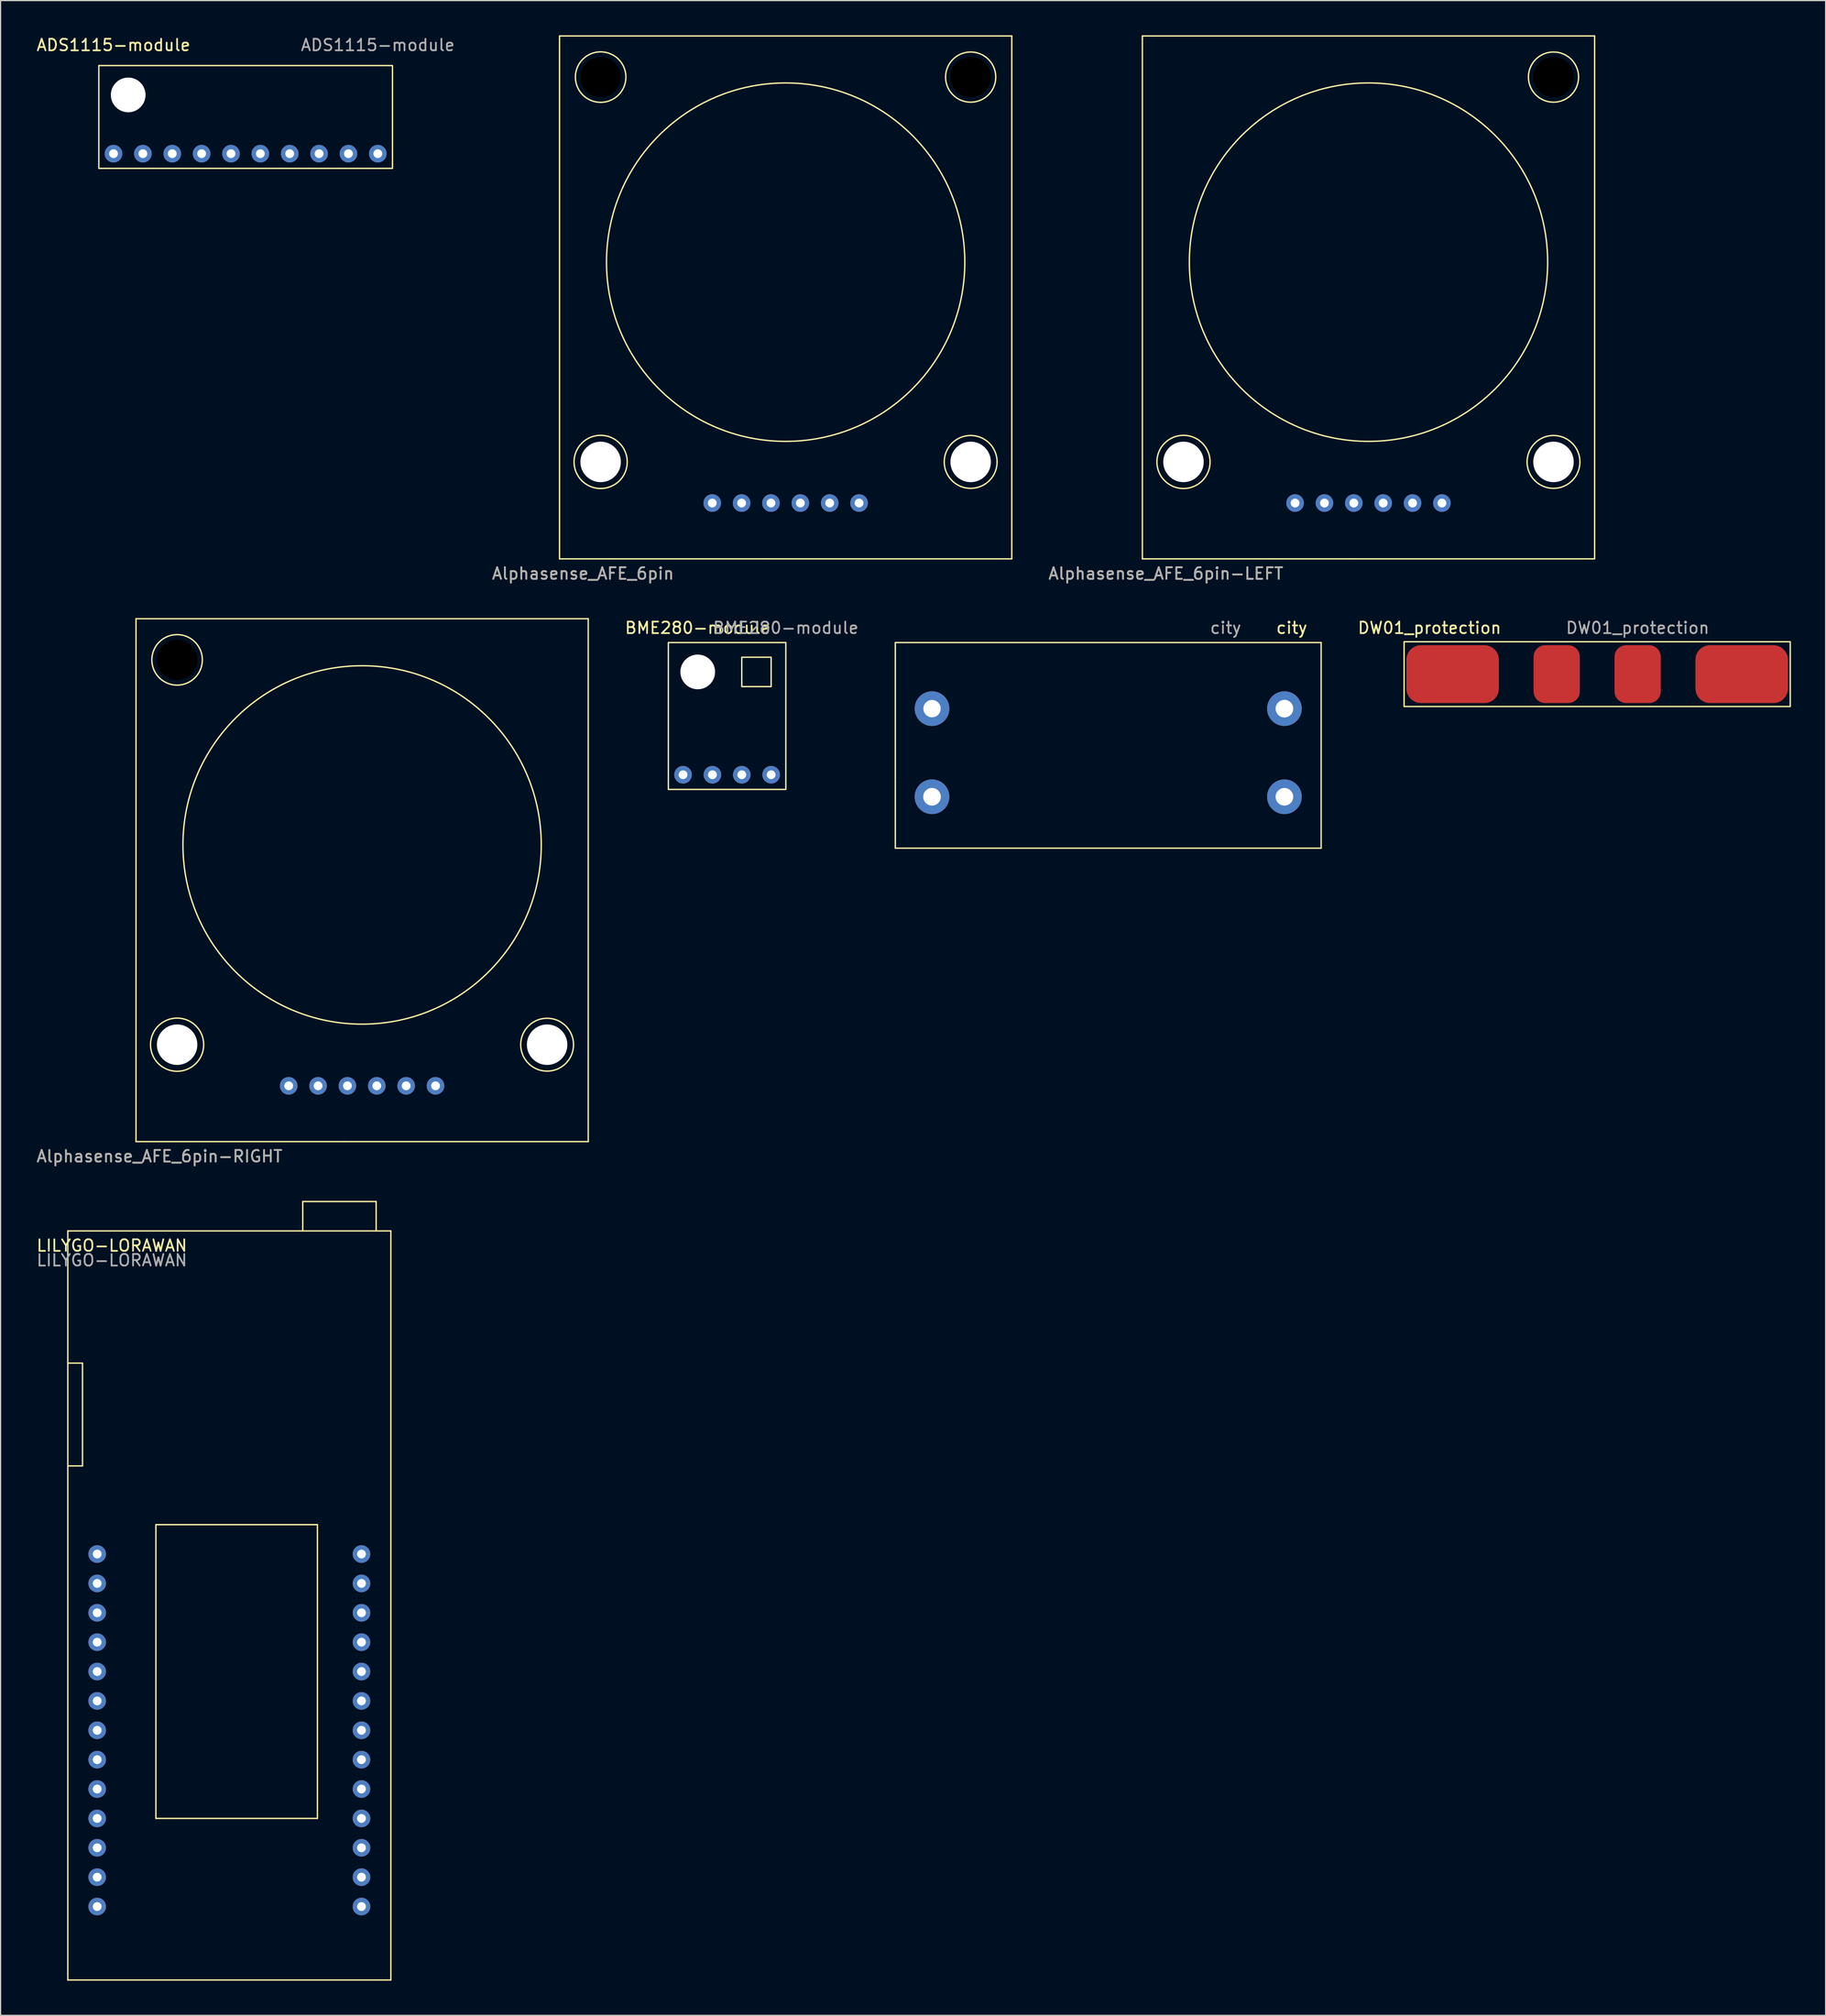
<source format=kicad_pcb>
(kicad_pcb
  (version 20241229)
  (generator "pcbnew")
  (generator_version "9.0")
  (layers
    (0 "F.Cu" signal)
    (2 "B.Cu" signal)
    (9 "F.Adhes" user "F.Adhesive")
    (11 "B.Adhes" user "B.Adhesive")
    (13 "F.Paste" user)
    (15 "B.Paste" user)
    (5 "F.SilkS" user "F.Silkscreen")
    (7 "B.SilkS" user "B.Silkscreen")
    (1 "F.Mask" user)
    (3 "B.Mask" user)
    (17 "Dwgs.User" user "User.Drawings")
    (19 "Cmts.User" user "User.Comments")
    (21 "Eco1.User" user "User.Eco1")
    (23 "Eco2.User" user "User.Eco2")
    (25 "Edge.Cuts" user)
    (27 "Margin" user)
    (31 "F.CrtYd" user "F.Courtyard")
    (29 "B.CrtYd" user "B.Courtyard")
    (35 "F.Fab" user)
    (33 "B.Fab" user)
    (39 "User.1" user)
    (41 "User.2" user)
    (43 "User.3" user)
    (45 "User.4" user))
  (footprint "Alphasense_AFE_6pin"
    (layer "F.Cu")
    (at 64.904 40.446)
    (property "Reference" "Alphasense_AFE_6pin" (at -17.526 6.096 0) (unlocked yes) (layer "F.SilkS") (effects (font (size 1 1) (thickness 0.15))))
    (attr through_hole)
    (fp_line (start -19.558 -40.386) (end 19.558 -40.386) (stroke (width 0.12) (type solid)) (layer "F.SilkS"))
    (fp_line (start -19.558 -40.132) (end -19.558 -40.386) (stroke (width 0.12) (type solid)) (layer "F.SilkS"))
    (fp_line (start -19.558 4.826) (end -19.558 -40.132) (stroke (width 0.12) (type solid)) (layer "F.SilkS"))
    (fp_line (start -1.524 4.826) (end -19.558 4.826) (stroke (width 0.12) (type solid)) (layer "F.SilkS"))
    (fp_line (start 19.558 -40.386) (end 19.558 4.826) (stroke (width 0.12) (type solid)) (layer "F.SilkS"))
    (fp_line (start 19.558 4.826) (end -1.524 4.826) (stroke (width 0.12) (type solid)) (layer "F.SilkS"))
    (fp_circle (center -16.002 -36.83) (end -17.78 -38.1) (stroke (width 0.12) (type solid)) (fill no) (layer "F.SilkS"))
    (fp_circle (center -16.002 -3.556) (end -13.716 -3.302) (stroke (width 0.12) (type solid)) (fill no) (layer "F.SilkS"))
    (fp_circle (center 0 -20.828) (end -15.494 -21.082) (stroke (width 0.12) (type solid)) (fill no) (layer "F.SilkS"))
    (fp_circle (center 16.002 -36.83) (end 18.034 -36.068) (stroke (width 0.12) (type solid)) (fill no) (layer "F.SilkS"))
    (fp_circle (center 16.002 -3.556) (end 18.288 -3.556) (stroke (width 0.12) (type solid)) (fill no) (layer "F.SilkS"))
    (fp_text user "${REFERENCE}" (at -17.526 6.096 0) (unlocked yes) (layer "F.Fab") (effects (font (size 1 1) (thickness 0.15))))
    (pad "" np_thru_hole circle (at -16.002 -36.83) (size 3.5 3.5) (drill 3.5) (layers "*.Mask"))
    (pad "" np_thru_hole circle (at -16.002 -3.556) (size 3.5 3.5) (drill 3.5) (layers "*.Cu" "*.Mask"))
    (pad "" np_thru_hole circle (at 16.002 -36.83) (size 3.5 3.5) (drill 3.5) (layers "*.Mask"))
    (pad "" np_thru_hole circle (at 16.002 -3.556) (size 3.5 3.5) (drill 3.5) (layers "*.Cu" "*.Mask"))
    (pad "1" thru_hole circle (at -6.35 0) (size 1.524 1.524) (drill 0.762) (layers "*.Cu" "*.Mask"))
    (pad "2" thru_hole circle (at -3.81 0) (size 1.524 1.524) (drill 0.762) (layers "*.Cu" "*.Mask"))
    (pad "3" thru_hole circle (at -1.27 0) (size 1.524 1.524) (drill 0.762) (layers "*.Cu" "*.Mask"))
    (pad "4" thru_hole circle (at 1.27 0) (size 1.524 1.524) (drill 0.762) (layers "*.Cu" "*.Mask"))
    (pad "5" thru_hole circle (at 3.81 0) (size 1.524 1.524) (drill 0.762) (layers "*.Cu" "*.Mask"))
    (pad "6" thru_hole circle (at 6.35 0) (size 1.524 1.524) (drill 0.762) (layers "*.Cu" "*.Mask")))
  (footprint "ADS1115-module"
    (layer "F.Cu")
    (at 18.198 7.198)
    (property "Reference" "ADS1115-module" (at -11.43 -6.35 0) (unlocked yes) (layer "F.SilkS") (effects (font (size 1 1) (thickness 0.15))))
    (attr through_hole)
    (fp_rect (start -12.7 4.31) (end 12.7 -4.58) (stroke (width 0.12) (type solid)) (fill no) (layer "F.SilkS"))
    (fp_text user "${REFERENCE}" (at 11.43 -6.35 0) (unlocked yes) (layer "F.Fab") (effects (font (size 1 1) (thickness 0.15))))
    (pad "" np_thru_hole circle (at -10.16 -2.04) (size 3 3) (drill 3) (layers "*.Cu" "*.Mask"))
    (pad "1" thru_hole circle (at -11.43 3.04) (size 1.524 1.524) (drill 0.762) (layers "*.Cu" "*.Mask"))
    (pad "2" thru_hole circle (at -8.89 3.04) (size 1.524 1.524) (drill 0.762) (layers "*.Cu" "*.Mask"))
    (pad "3" thru_hole circle (at -6.35 3.04) (size 1.524 1.524) (drill 0.762) (layers "*.Cu" "*.Mask"))
    (pad "4" thru_hole circle (at -3.81 3.04) (size 1.524 1.524) (drill 0.762) (layers "*.Cu" "*.Mask"))
    (pad "5" thru_hole circle (at -1.27 3.04) (size 1.524 1.524) (drill 0.762) (layers "*.Cu" "*.Mask"))
    (pad "6" thru_hole circle (at 1.27 3.04) (size 1.524 1.524) (drill 0.762) (layers "*.Cu" "*.Mask"))
    (pad "7" thru_hole circle (at 3.81 3.04) (size 1.524 1.524) (drill 0.762) (layers "*.Cu" "*.Mask"))
    (pad "8" thru_hole circle (at 6.35 3.04) (size 1.524 1.524) (drill 0.762) (layers "*.Cu" "*.Mask"))
    (pad "9" thru_hole circle (at 8.89 3.04) (size 1.524 1.524) (drill 0.762) (layers "*.Cu" "*.Mask"))
    (pad "10" thru_hole circle (at 11.43 3.04) (size 1.524 1.524) (drill 0.762) (layers "*.Cu" "*.Mask")))
  (footprint "LILYGO-LORAWAN"
    (layer "F.Cu")
    (at 18.055 141.481)
    (property "Reference" "LILYGO-LORAWAN" (at -11.43 -36.83 0) (unlocked yes) (layer "F.SilkS") (effects (font (size 1 1) (thickness 0.15))))
    (attr through_hole)
    (fp_line (start -15.24 -38.1) (end -15.24 26.67) (stroke (width 0.12) (type solid)) (layer "F.SilkS"))
    (fp_line (start -15.24 -26.67) (end -13.97 -26.67) (stroke (width 0.12) (type solid)) (layer "F.SilkS"))
    (fp_line (start -15.24 26.67) (end 12.7 26.67) (stroke (width 0.12) (type solid)) (layer "F.SilkS"))
    (fp_line (start -13.97 -26.67) (end -13.97 -17.78) (stroke (width 0.12) (type solid)) (layer "F.SilkS"))
    (fp_line (start -13.97 -17.78) (end -15.24 -17.78) (stroke (width 0.12) (type solid)) (layer "F.SilkS"))
    (fp_line (start -7.62 -12.7) (end 6.35 -12.7) (stroke (width 0.12) (type solid)) (layer "F.SilkS"))
    (fp_line (start -7.62 12.7) (end -7.62 -12.7) (stroke (width 0.12) (type solid)) (layer "F.SilkS"))
    (fp_line (start 5.08 -40.64) (end 5.08 -38.1) (stroke (width 0.12) (type solid)) (layer "F.SilkS"))
    (fp_line (start 6.35 -12.7) (end 6.35 12.7) (stroke (width 0.12) (type solid)) (layer "F.SilkS"))
    (fp_line (start 6.35 12.7) (end -7.62 12.7) (stroke (width 0.12) (type solid)) (layer "F.SilkS"))
    (fp_line (start 11.43 -40.64) (end 5.08 -40.64) (stroke (width 0.12) (type solid)) (layer "F.SilkS"))
    (fp_line (start 11.43 -38.1) (end 11.43 -40.64) (stroke (width 0.12) (type solid)) (layer "F.SilkS"))
    (fp_line (start 12.7 -38.1) (end -15.24 -38.1) (stroke (width 0.12) (type solid)) (layer "F.SilkS"))
    (fp_line (start 12.7 26.67) (end 12.7 -38.1) (stroke (width 0.12) (type solid)) (layer "F.SilkS"))
    (fp_text user "${REFERENCE}" (at -11.43 -35.56 0) (unlocked yes) (layer "F.Fab") (effects (font (size 1 1) (thickness 0.15))))
    (pad "1" thru_hole circle (at -12.7 -10.16) (size 1.524 1.524) (drill 0.762) (layers "*.Cu" "*.Mask"))
    (pad "2" thru_hole circle (at -12.7 -7.62) (size 1.524 1.524) (drill 0.762) (layers "*.Cu" "*.Mask"))
    (pad "3" thru_hole circle (at -12.7 -5.08) (size 1.524 1.524) (drill 0.762) (layers "*.Cu" "*.Mask"))
    (pad "4" thru_hole circle (at -12.7 -2.54) (size 1.524 1.524) (drill 0.762) (layers "*.Cu" "*.Mask"))
    (pad "5" thru_hole circle (at -12.7 0) (size 1.524 1.524) (drill 0.762) (layers "*.Cu" "*.Mask"))
    (pad "6" thru_hole circle (at -12.7 2.54) (size 1.524 1.524) (drill 0.762) (layers "*.Cu" "*.Mask"))
    (pad "7" thru_hole circle (at -12.7 5.08) (size 1.524 1.524) (drill 0.762) (layers "*.Cu" "*.Mask"))
    (pad "8" thru_hole circle (at -12.7 7.62) (size 1.524 1.524) (drill 0.762) (layers "*.Cu" "*.Mask"))
    (pad "9" thru_hole circle (at -12.7 10.16) (size 1.524 1.524) (drill 0.762) (layers "*.Cu" "*.Mask"))
    (pad "10" thru_hole circle (at -12.7 12.7) (size 1.524 1.524) (drill 0.762) (layers "*.Cu" "*.Mask"))
    (pad "11" thru_hole circle (at -12.7 15.24) (size 1.524 1.524) (drill 0.762) (layers "*.Cu" "*.Mask"))
    (pad "12" thru_hole circle (at -12.7 17.78) (size 1.524 1.524) (drill 0.762) (layers "*.Cu" "*.Mask"))
    (pad "13" thru_hole circle (at -12.7 20.32) (size 1.524 1.524) (drill 0.762) (layers "*.Cu" "*.Mask"))
    (pad "14" thru_hole circle (at 10.16 20.32) (size 1.524 1.524) (drill 0.762) (layers "*.Cu" "*.Mask"))
    (pad "15" thru_hole circle (at 10.16 17.78) (size 1.524 1.524) (drill 0.762) (layers "*.Cu" "*.Mask"))
    (pad "16" thru_hole circle (at 10.16 15.24) (size 1.524 1.524) (drill 0.762) (layers "*.Cu" "*.Mask"))
    (pad "17" thru_hole circle (at 10.16 12.7) (size 1.524 1.524) (drill 0.762) (layers "*.Cu" "*.Mask"))
    (pad "18" thru_hole circle (at 10.16 10.16) (size 1.524 1.524) (drill 0.762) (layers "*.Cu" "*.Mask"))
    (pad "19" thru_hole circle (at 10.16 7.62) (size 1.524 1.524) (drill 0.762) (layers "*.Cu" "*.Mask"))
    (pad "20" thru_hole circle (at 10.16 5.08) (size 1.524 1.524) (drill 0.762) (layers "*.Cu" "*.Mask"))
    (pad "21" thru_hole circle (at 10.16 2.54) (size 1.524 1.524) (drill 0.762) (layers "*.Cu" "*.Mask"))
    (pad "22" thru_hole circle (at 10.16 0) (size 1.524 1.524) (drill 0.762) (layers "*.Cu" "*.Mask"))
    (pad "23" thru_hole circle (at 10.16 -2.54) (size 1.524 1.524) (drill 0.762) (layers "*.Cu" "*.Mask"))
    (pad "24" thru_hole circle (at 10.16 -5.08) (size 1.524 1.524) (drill 0.762) (layers "*.Cu" "*.Mask"))
    (pad "25" thru_hole circle (at 10.16 -7.62) (size 1.524 1.524) (drill 0.762) (layers "*.Cu" "*.Mask"))
    (pad "26" thru_hole circle (at 10.16 -10.16) (size 1.524 1.524) (drill 0.762) (layers "*.Cu" "*.Mask")))
  (footprint "Alphasense_AFE_6pin-LEFT"
    (layer "F.Cu")
    (at 115.316 40.446)
    (property "Reference" "Alphasense_AFE_6pin-LEFT" (at -17.526 6.096 0) (unlocked yes) (layer "F.SilkS") (effects (font (size 1 1) (thickness 0.15))))
    (attr through_hole)
    (fp_line (start -19.558 -40.386) (end 19.558 -40.386) (stroke (width 0.12) (type solid)) (layer "F.SilkS"))
    (fp_line (start -19.558 -40.132) (end -19.558 -40.386) (stroke (width 0.12) (type solid)) (layer "F.SilkS"))
    (fp_line (start -19.558 4.826) (end -19.558 -40.132) (stroke (width 0.12) (type solid)) (layer "F.SilkS"))
    (fp_line (start -1.524 4.826) (end -19.558 4.826) (stroke (width 0.12) (type solid)) (layer "F.SilkS"))
    (fp_line (start 19.558 -40.386) (end 19.558 4.826) (stroke (width 0.12) (type solid)) (layer "F.SilkS"))
    (fp_line (start 19.558 4.826) (end -1.524 4.826) (stroke (width 0.12) (type solid)) (layer "F.SilkS"))
    (fp_circle (center -16.002 -3.556) (end -13.716 -3.302) (stroke (width 0.12) (type solid)) (fill no) (layer "F.SilkS"))
    (fp_circle (center 0 -20.828) (end -15.494 -21.082) (stroke (width 0.12) (type solid)) (fill no) (layer "F.SilkS"))
    (fp_circle (center 16.002 -36.83) (end 18.034 -36.068) (stroke (width 0.12) (type solid)) (fill no) (layer "F.SilkS"))
    (fp_circle (center 16.002 -3.556) (end 18.288 -3.556) (stroke (width 0.12) (type solid)) (fill no) (layer "F.SilkS"))
    (fp_text user "${REFERENCE}" (at -17.526 6.096 0) (unlocked yes) (layer "F.Fab") (effects (font (size 1 1) (thickness 0.15))))
    (pad "" np_thru_hole circle (at -16.002 -3.556) (size 3.5 3.5) (drill 3.5) (layers "*.Cu" "*.Mask"))
    (pad "" np_thru_hole circle (at 16.002 -36.83) (size 3.5 3.5) (drill 3.5) (layers "*.Mask"))
    (pad "" np_thru_hole circle (at 16.002 -3.556) (size 3.5 3.5) (drill 3.5) (layers "*.Cu" "*.Mask"))
    (pad "1" thru_hole circle (at -6.35 0) (size 1.524 1.524) (drill 0.762) (layers "*.Cu" "*.Mask"))
    (pad "2" thru_hole circle (at -3.81 0) (size 1.524 1.524) (drill 0.762) (layers "*.Cu" "*.Mask"))
    (pad "3" thru_hole circle (at -1.27 0) (size 1.524 1.524) (drill 0.762) (layers "*.Cu" "*.Mask"))
    (pad "4" thru_hole circle (at 1.27 0) (size 1.524 1.524) (drill 0.762) (layers "*.Cu" "*.Mask"))
    (pad "5" thru_hole circle (at 3.81 0) (size 1.524 1.524) (drill 0.762) (layers "*.Cu" "*.Mask"))
    (pad "6" thru_hole circle (at 6.35 0) (size 1.524 1.524) (drill 0.762) (layers "*.Cu" "*.Mask")))
  (footprint "DW01_protection"
    (layer "F.Cu")
    (at 134.995 55.239)
    (property "Reference" "DW01_protection" (at -14.4 -4 0) (unlocked yes) (layer "F.SilkS") (effects (font (size 1 1) (thickness 0.15))))
    (attr smd)
    (fp_rect (start -16.6 -2.8) (end 16.8 2.8) (stroke (width 0.12) (type solid)) (fill no) (layer "F.SilkS"))
    (fp_text user "${REFERENCE}" (at 3.6 -4 0) (unlocked yes) (layer "F.Fab") (effects (font (size 1 1) (thickness 0.15))))
    (pad "1" smd roundrect (at -12.4 0) (size 8 5) (layers "F.Cu" "F.Mask" "F.Paste") (roundrect_rratio 0.25))
    (pad "2" smd roundrect (at -3.4 0) (size 4 5) (layers "F.Cu" "F.Mask" "F.Paste") (roundrect_rratio 0.25))
    (pad "3" smd roundrect (at 3.6 0) (size 4 5) (layers "F.Cu" "F.Mask" "F.Paste") (roundrect_rratio 0.25))
    (pad "4" smd roundrect (at 12.6 0) (size 8 5) (layers "F.Cu" "F.Mask" "F.Paste") (roundrect_rratio 0.25)))
  (footprint "BME280-module"
    (layer "F.Cu")
    (at 61.109 63.938)
    (property "Reference" "BME280-module" (at -3.81 -12.7 0) (unlocked yes) (layer "F.SilkS") (effects (font (size 1 1) (thickness 0.15))))
    (attr through_hole)
    (fp_rect (start -6.35 1.27) (end 3.81 -11.43) (stroke (width 0.12) (type solid)) (fill no) (layer "F.SilkS"))
    (fp_rect (start 0 -10.16) (end 2.54 -7.62) (stroke (width 0.12) (type solid)) (fill no) (layer "F.SilkS"))
    (fp_text user "${REFERENCE}" (at 3.81 -12.7 0) (unlocked yes) (layer "F.Fab") (effects (font (size 1 1) (thickness 0.15))))
    (pad "" np_thru_hole circle (at -3.81 -8.89) (size 3 3) (drill 3) (layers "*.Cu" "*.Mask"))
    (pad "1" thru_hole circle (at -5.08 0) (size 1.524 1.524) (drill 0.762) (layers "*.Cu" "*.Mask"))
    (pad "2" thru_hole circle (at -2.54 0) (size 1.524 1.524) (drill 0.762) (layers "*.Cu" "*.Mask"))
    (pad "3" thru_hole circle (at 0 0) (size 1.524 1.524) (drill 0.762) (layers "*.Cu" "*.Mask"))
    (pad "4" thru_hole circle (at 2.54 0) (size 1.524 1.524) (drill 0.762) (layers "*.Cu" "*.Mask")))
  (footprint "Alphasense_AFE_6pin-RIGHT"
    (layer "F.Cu")
    (at 28.27 90.836)
    (property "Reference" "Alphasense_AFE_6pin-RIGHT" (at -17.526 6.096 0) (unlocked yes) (layer "F.SilkS") (effects (font (size 1 1) (thickness 0.15))))
    (attr through_hole)
    (fp_line (start -19.558 -40.386) (end 19.558 -40.386) (stroke (width 0.12) (type solid)) (layer "F.SilkS"))
    (fp_line (start -19.558 -40.132) (end -19.558 -40.386) (stroke (width 0.12) (type solid)) (layer "F.SilkS"))
    (fp_line (start -19.558 4.826) (end -19.558 -40.132) (stroke (width 0.12) (type solid)) (layer "F.SilkS"))
    (fp_line (start -1.524 4.826) (end -19.558 4.826) (stroke (width 0.12) (type solid)) (layer "F.SilkS"))
    (fp_line (start 19.558 -40.386) (end 19.558 4.826) (stroke (width 0.12) (type solid)) (layer "F.SilkS"))
    (fp_line (start 19.558 4.826) (end -1.524 4.826) (stroke (width 0.12) (type solid)) (layer "F.SilkS"))
    (fp_circle (center -16.002 -36.83) (end -17.78 -38.1) (stroke (width 0.12) (type solid)) (fill no) (layer "F.SilkS"))
    (fp_circle (center -16.002 -3.556) (end -13.716 -3.302) (stroke (width 0.12) (type solid)) (fill no) (layer "F.SilkS"))
    (fp_circle (center 0 -20.828) (end -15.494 -21.082) (stroke (width 0.12) (type solid)) (fill no) (layer "F.SilkS"))
    (fp_circle (center 16.002 -3.556) (end 18.288 -3.556) (stroke (width 0.12) (type solid)) (fill no) (layer "F.SilkS"))
    (fp_text user "${REFERENCE}" (at -17.526 6.096 0) (unlocked yes) (layer "F.Fab") (effects (font (size 1 1) (thickness 0.15))))
    (pad "" np_thru_hole circle (at -16.002 -36.83) (size 3.5 3.5) (drill 3.5) (layers "*.Mask"))
    (pad "" np_thru_hole circle (at -16.002 -3.556) (size 3.5 3.5) (drill 3.5) (layers "*.Cu" "*.Mask"))
    (pad "" np_thru_hole circle (at 16.002 -3.556) (size 3.5 3.5) (drill 3.5) (layers "*.Cu" "*.Mask"))
    (pad "1" thru_hole circle (at -6.35 0) (size 1.524 1.524) (drill 0.762) (layers "*.Cu" "*.Mask"))
    (pad "2" thru_hole circle (at -3.81 0) (size 1.524 1.524) (drill 0.762) (layers "*.Cu" "*.Mask"))
    (pad "3" thru_hole circle (at -1.27 0) (size 1.524 1.524) (drill 0.762) (layers "*.Cu" "*.Mask"))
    (pad "4" thru_hole circle (at 1.27 0) (size 1.524 1.524) (drill 0.762) (layers "*.Cu" "*.Mask"))
    (pad "5" thru_hole circle (at 3.81 0) (size 1.524 1.524) (drill 0.762) (layers "*.Cu" "*.Mask"))
    (pad "6" thru_hole circle (at 6.35 0) (size 1.524 1.524) (drill 0.762) (layers "*.Cu" "*.Mask")))
  (footprint "city"
    (layer "F.Cu")
    (at 91.534 61.398)
    (property "Reference" "city" (at 17.145 -10.16 0) (unlocked yes) (layer "F.SilkS") (effects (font (size 1 1) (thickness 0.15))))
    (attr through_hole)
    (fp_line (start -17.145 -8.89) (end 19.685 -8.89) (stroke (width 0.12) (type solid)) (layer "F.SilkS"))
    (fp_line (start -17.145 3.175) (end -17.145 -8.89) (stroke (width 0.12) (type solid)) (layer "F.SilkS"))
    (fp_line (start -17.145 8.89) (end -17.145 3.175) (stroke (width 0.12) (type solid)) (layer "F.SilkS"))
    (fp_line (start 19.685 -8.89) (end 19.685 8.89) (stroke (width 0.12) (type solid)) (layer "F.SilkS"))
    (fp_line (start 19.685 8.89) (end -17.145 8.89) (stroke (width 0.12) (type solid)) (layer "F.SilkS"))
    (fp_text user "${REFERENCE}" (at 11.43 -10.16 0) (unlocked yes) (layer "F.Fab") (effects (font (size 1 1) (thickness 0.15))))
    (pad "1" thru_hole circle (at -13.97 -3.175) (size 3 3) (drill 1.5) (layers "*.Cu" "*.Mask"))
    (pad "2" thru_hole circle (at -13.97 4.445) (size 3 3) (drill 1.524) (layers "*.Cu" "*.Mask"))
    (pad "3" thru_hole circle (at 16.51 4.445) (size 3 3) (drill 1.524) (layers "*.Cu" "*.Mask"))
    (pad "4" thru_hole circle (at 16.51 -3.175) (size 3 3) (drill 1.524) (layers "*.Cu" "*.Mask")))
  (gr_rect
    (start -3 -3)
    (end 154.855 171.21)
    (stroke (width 0.1) (type default))
    (fill no)
    (layer "Edge.Cuts")))
</source>
